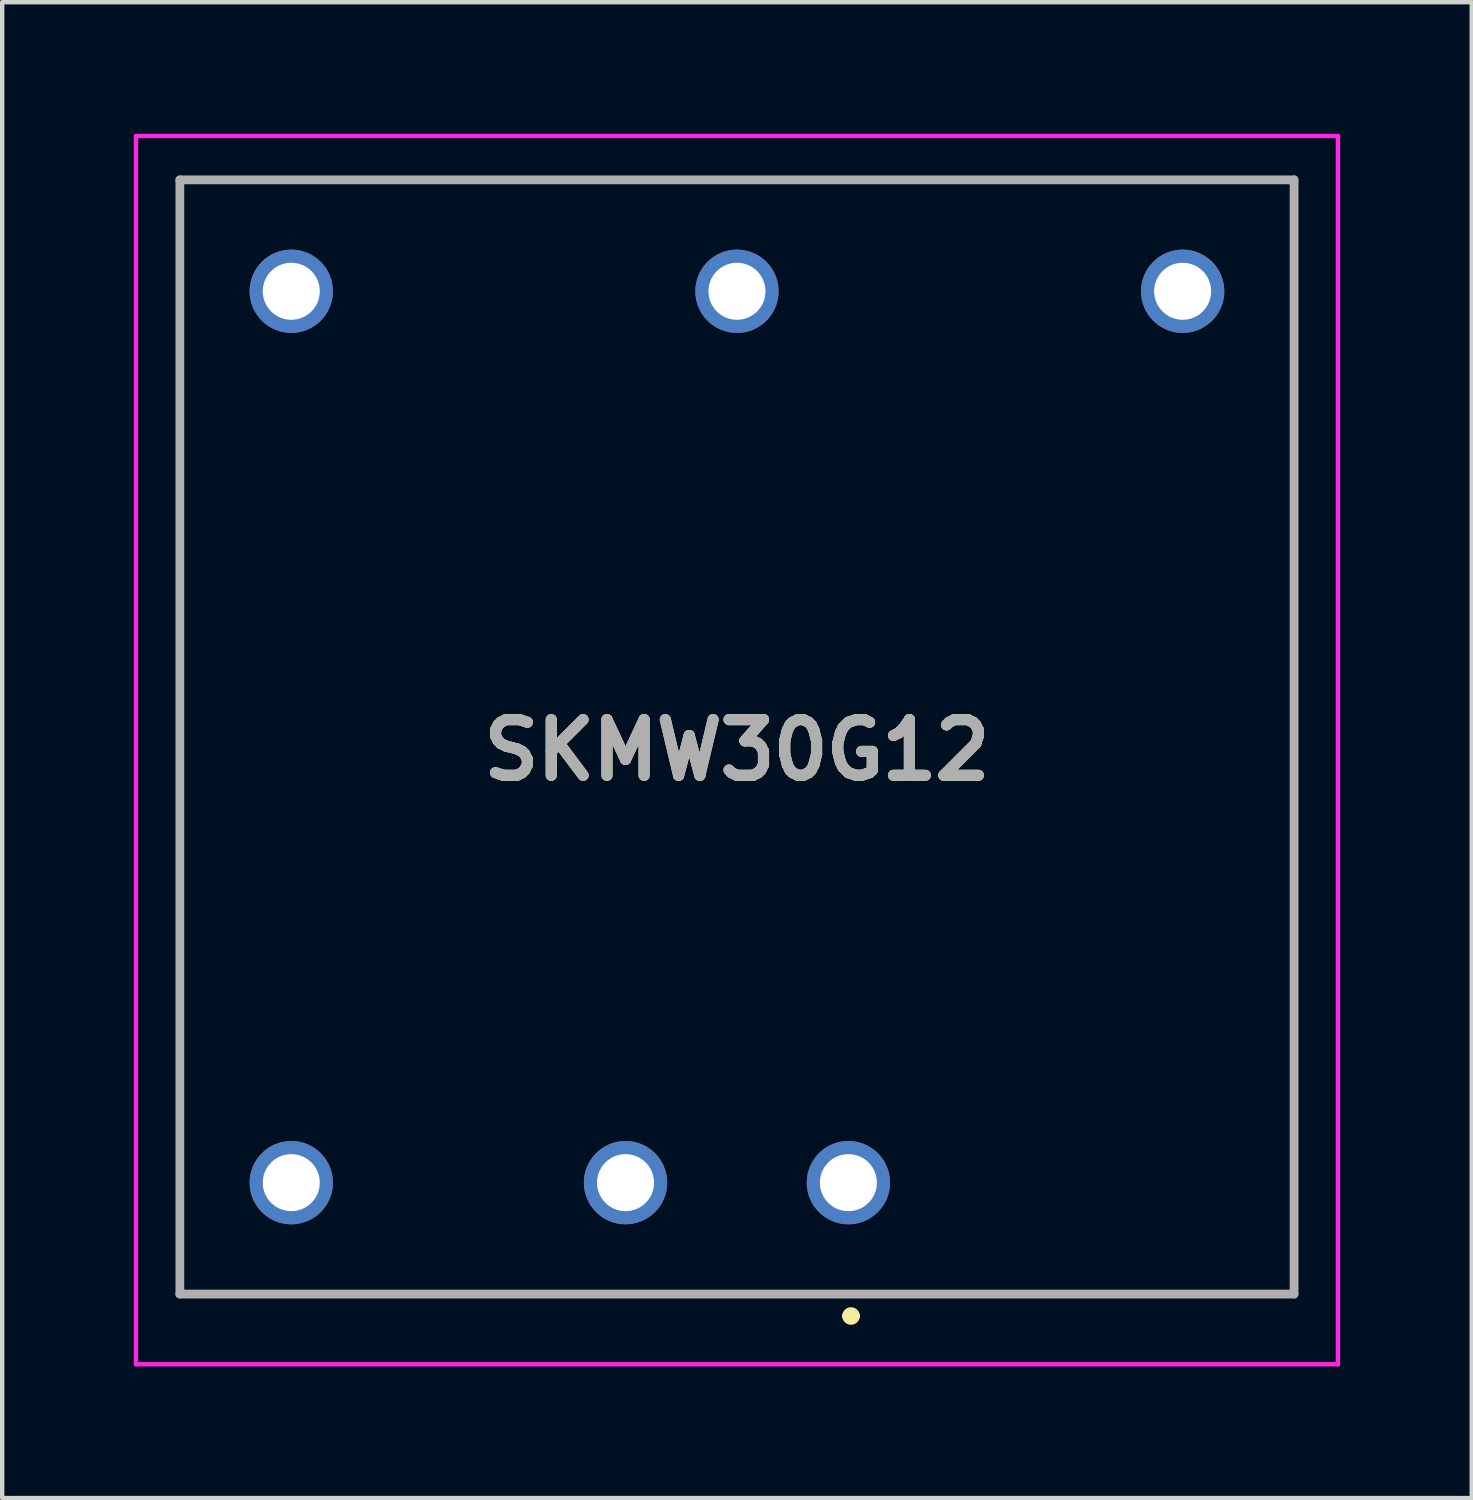
<source format=kicad_pcb>
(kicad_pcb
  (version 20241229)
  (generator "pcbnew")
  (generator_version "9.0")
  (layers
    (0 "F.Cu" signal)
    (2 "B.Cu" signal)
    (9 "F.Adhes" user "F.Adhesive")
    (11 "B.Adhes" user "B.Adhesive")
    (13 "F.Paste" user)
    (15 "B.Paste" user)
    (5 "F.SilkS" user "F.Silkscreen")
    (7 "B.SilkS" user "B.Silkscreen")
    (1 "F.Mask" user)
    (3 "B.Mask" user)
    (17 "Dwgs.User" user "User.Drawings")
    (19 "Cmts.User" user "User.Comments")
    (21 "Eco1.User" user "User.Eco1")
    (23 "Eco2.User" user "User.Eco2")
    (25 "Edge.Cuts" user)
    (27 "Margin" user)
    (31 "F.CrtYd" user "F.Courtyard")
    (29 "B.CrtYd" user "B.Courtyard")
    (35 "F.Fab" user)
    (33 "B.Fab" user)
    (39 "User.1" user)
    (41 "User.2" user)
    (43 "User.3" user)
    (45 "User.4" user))
  (footprint "SKMW30G12"
    (layer "F.Cu")
    (at 16.29 23.91)
    (property "Reference" "SKMW30G12" (at -2.54 -9.86 0) (layer "F.SilkS") (effects (font (size 1.27 1.27) (thickness 0.254))))
    (attr through_hole)
    (fp_line (start -15.24 -22.86) (end 10.16 -22.86) (stroke (width 0.1) (type solid)) (layer "F.SilkS"))
    (fp_line (start -15.24 2.54) (end -15.24 -22.86) (stroke (width 0.1) (type solid)) (layer "F.SilkS"))
    (fp_line (start -0.04 3.04) (end -0.04 3.04) (stroke (width 0.2) (type solid)) (layer "F.SilkS"))
    (fp_line (start 0.16 3.04) (end 0.16 3.04) (stroke (width 0.2) (type solid)) (layer "F.SilkS"))
    (fp_line (start 10.16 -22.86) (end 10.16 2.54) (stroke (width 0.1) (type solid)) (layer "F.SilkS"))
    (fp_line (start 10.16 2.54) (end -15.24 2.54) (stroke (width 0.1) (type solid)) (layer "F.SilkS"))
    (fp_arc (start -0.04 3.04) (mid 0.06 2.94) (end 0.16 3.04) (stroke (width 0.2) (type solid)) (layer "F.SilkS"))
    (fp_arc (start 0.16 3.04) (mid 0.06 3.14) (end -0.04 3.04) (stroke (width 0.2) (type solid)) (layer "F.SilkS"))
    (fp_line (start -16.24 -23.86) (end 11.16 -23.86) (stroke (width 0.1) (type solid)) (layer "F.CrtYd"))
    (fp_line (start -16.24 4.14) (end -16.24 -23.86) (stroke (width 0.1) (type solid)) (layer "F.CrtYd"))
    (fp_line (start 11.16 -23.86) (end 11.16 4.14) (stroke (width 0.1) (type solid)) (layer "F.CrtYd"))
    (fp_line (start 11.16 4.14) (end -16.24 4.14) (stroke (width 0.1) (type solid)) (layer "F.CrtYd"))
    (fp_line (start -15.24 -22.86) (end 10.16 -22.86) (stroke (width 0.2) (type solid)) (layer "F.Fab"))
    (fp_line (start -15.24 2.54) (end -15.24 -22.86) (stroke (width 0.2) (type solid)) (layer "F.Fab"))
    (fp_line (start 10.16 -22.86) (end 10.16 2.54) (stroke (width 0.2) (type solid)) (layer "F.Fab"))
    (fp_line (start 10.16 2.54) (end -15.24 2.54) (stroke (width 0.2) (type solid)) (layer "F.Fab"))
    (fp_text user "${REFERENCE}" (at -2.54 -9.86 0) (layer "F.Fab") (effects (font (size 1.27 1.27) (thickness 0.254))))
    (pad "1" thru_hole circle (at 0 0) (size 1.9 1.9) (drill 1.3) (layers "*.Cu" "*.Mask"))
    (pad "2" thru_hole circle (at -5.08 0) (size 1.9 1.9) (drill 1.3) (layers "*.Cu" "*.Mask"))
    (pad "3" thru_hole circle (at 7.62 -20.32) (size 1.9 1.9) (drill 1.3) (layers "*.Cu" "*.Mask"))
    (pad "4" thru_hole circle (at -2.54 -20.32) (size 1.9 1.9) (drill 1.3) (layers "*.Cu" "*.Mask"))
    (pad "5" thru_hole circle (at -12.7 -20.32) (size 1.9 1.9) (drill 1.3) (layers "*.Cu" "*.Mask"))
    (pad "6" thru_hole circle (at -12.7 0) (size 1.9 1.9) (drill 1.3) (layers "*.Cu" "*.Mask")))
  (gr_rect
    (start -3 -3)
    (end 30.5 31.1)
    (stroke (width 0.1) (type default))
    (fill no)
    (layer "Edge.Cuts")))
</source>
